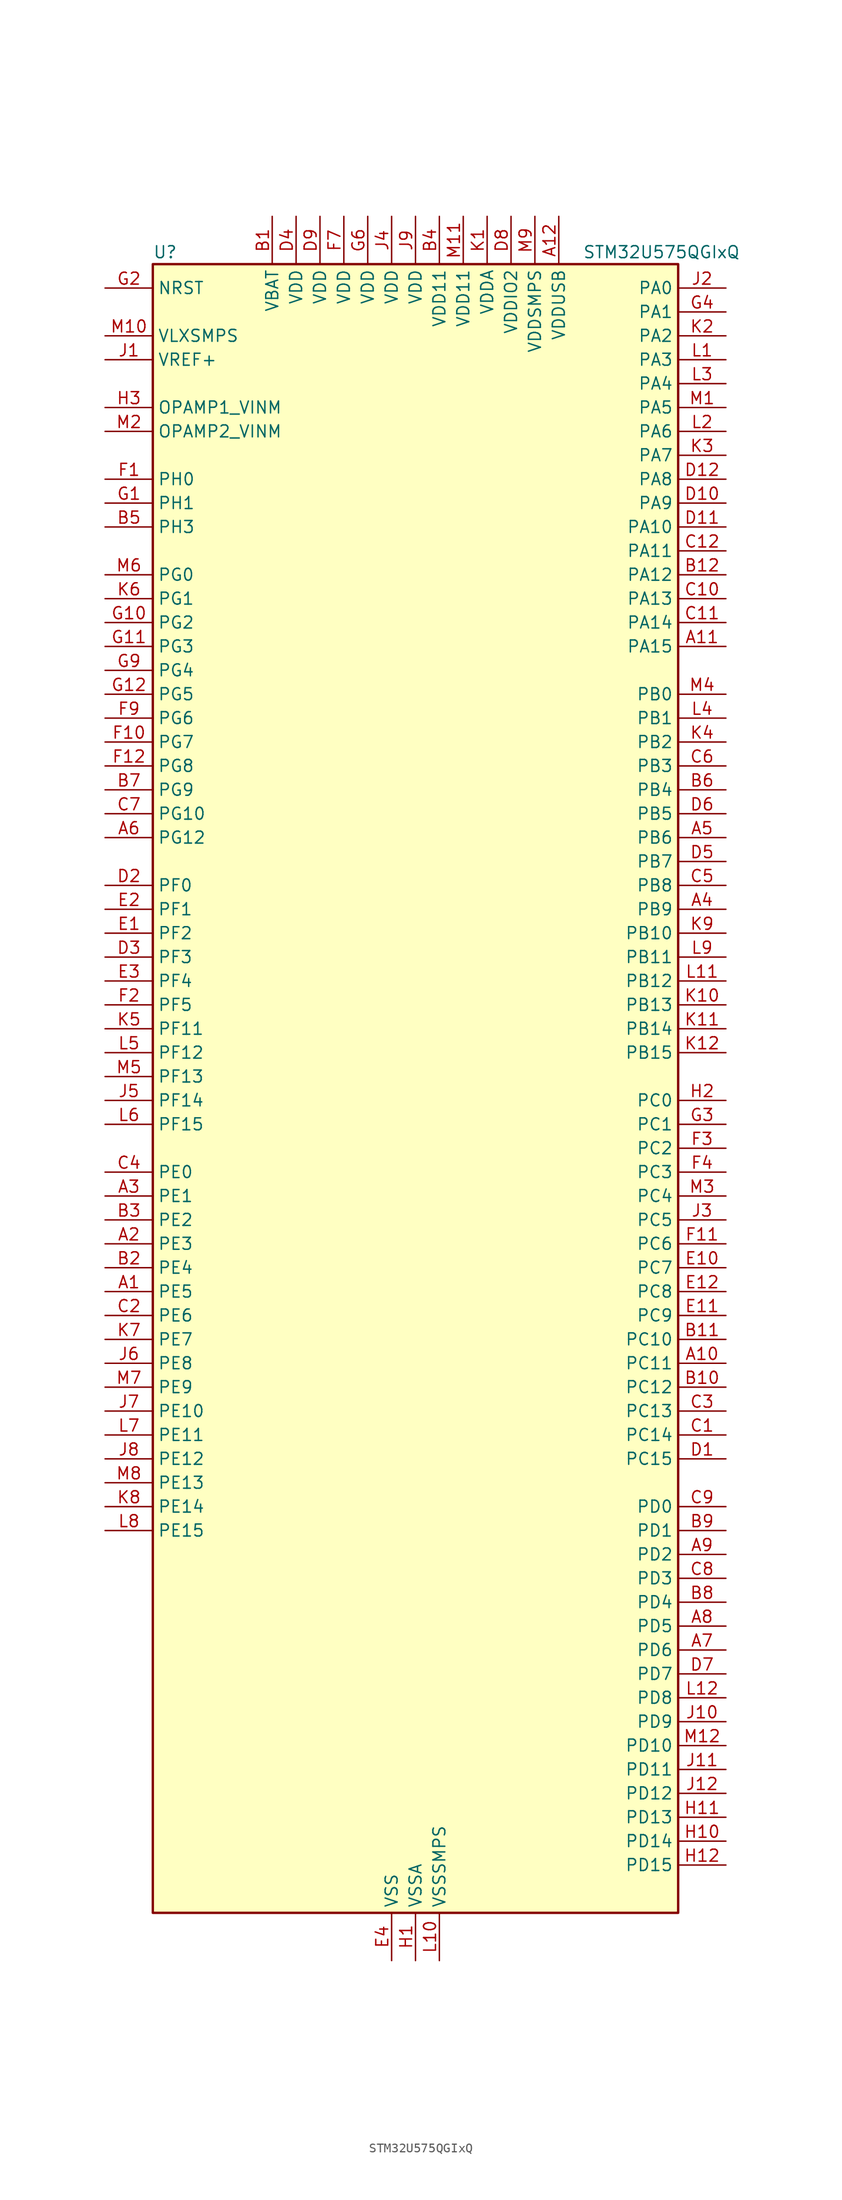
<source format=kicad_sym>
(kicad_symbol_lib
  (version 20211014)
  (generator kicad-library-utils)
  (symbol "STM32U575QGIxQ"
    (property "Reference" "U"
      (at -27.94 90.17 0)
      (effects (font (size 1.27 1.27)) (justify left)))
    (property "Value" "STM32U575QGIxQ"
      (at 17.78 90.17 0)
      (effects (font (size 1.27 1.27)) (justify left)))
    (property "ki_fp_filters" "*UFBGA*7x7mm*Layout12x12*P0.5mm*"
      (at 0.0 0.0 0.0)
      (effects (font (size 1.27 1.27))))
    (symbol "STM32U575QGIxQ_0_1"
      (rectangle (start -27.94 -86.36) (end 27.94 88.9) (stroke (width 0.254)) (fill (type background))))
    (symbol "STM32U575QGIxQ_1_1"
      (pin input line (at -33.02 86.36 0) (length 5.08) (name "NRST" (effects (font (size 1.27 1.27)))) (number "G2" (effects (font (size 1.27 1.27)))))
      (pin power_in line (at -33.02 81.28 0) (length 5.08) (name "VLXSMPS" (effects (font (size 1.27 1.27)))) (number "M10" (effects (font (size 1.27 1.27)))))
      (pin input line (at -33.02 78.74 0) (length 5.08) (name "VREF+" (effects (font (size 1.27 1.27)))) (number "J1" (effects (font (size 1.27 1.27)))) (alternate "VREFBUF_OUT" bidirectional line))
      (pin bidirectional line (at -33.02 73.66 0) (length 5.08) (name "OPAMP1_VINM" (effects (font (size 1.27 1.27)))) (number "H3" (effects (font (size 1.27 1.27)))) (alternate "OPAMP1_VINM" bidirectional line))
      (pin bidirectional line (at -33.02 71.12 0) (length 5.08) (name "OPAMP2_VINM" (effects (font (size 1.27 1.27)))) (number "M2" (effects (font (size 1.27 1.27)))) (alternate "OPAMP2_VINM" bidirectional line))
      (pin bidirectional line (at -33.02 66.04 0) (length 5.08) (name "PH0" (effects (font (size 1.27 1.27)))) (number "F1" (effects (font (size 1.27 1.27)))) (alternate "RCC_OSC_IN" bidirectional line))
      (pin bidirectional line (at -33.02 63.5 0) (length 5.08) (name "PH1" (effects (font (size 1.27 1.27)))) (number "G1" (effects (font (size 1.27 1.27)))) (alternate "RCC_OSC_OUT" bidirectional line))
      (pin bidirectional line (at -33.02 60.96 0) (length 5.08) (name "PH3" (effects (font (size 1.27 1.27)))) (number "B5" (effects (font (size 1.27 1.27)))))
      (pin bidirectional line (at -33.02 55.88 0) (length 5.08) (name "PG0" (effects (font (size 1.27 1.27)))) (number "M6" (effects (font (size 1.27 1.27)))) (alternate "ADC4_IN7" bidirectional line) (alternate "FMC_A10" bidirectional line) (alternate "OCTOSPIM_P2_IO4" bidirectional line) (alternate "TSC_G8_IO3" bidirectional line))
      (pin bidirectional line (at -33.02 53.34 0) (length 5.08) (name "PG1" (effects (font (size 1.27 1.27)))) (number "K6" (effects (font (size 1.27 1.27)))) (alternate "ADC4_IN8" bidirectional line) (alternate "FMC_A11" bidirectional line) (alternate "OCTOSPIM_P2_IO5" bidirectional line) (alternate "TSC_G8_IO4" bidirectional line))
      (pin bidirectional line (at -33.02 50.8 0) (length 5.08) (name "PG2" (effects (font (size 1.27 1.27)))) (number "G10" (effects (font (size 1.27 1.27)))) (alternate "FMC_A12" bidirectional line) (alternate "SAI2_SCK_B" bidirectional line) (alternate "SPI1_SCK" bidirectional line))
      (pin bidirectional line (at -33.02 48.26 0) (length 5.08) (name "PG3" (effects (font (size 1.27 1.27)))) (number "G11" (effects (font (size 1.27 1.27)))) (alternate "FMC_A13" bidirectional line) (alternate "SAI2_FS_B" bidirectional line) (alternate "SPI1_MISO" bidirectional line))
      (pin bidirectional line (at -33.02 45.72 0) (length 5.08) (name "PG4" (effects (font (size 1.27 1.27)))) (number "G9" (effects (font (size 1.27 1.27)))) (alternate "FMC_A14" bidirectional line) (alternate "SAI2_MCLK_B" bidirectional line) (alternate "SPI1_MOSI" bidirectional line))
      (pin bidirectional line (at -33.02 43.18 0) (length 5.08) (name "PG5" (effects (font (size 1.27 1.27)))) (number "G12" (effects (font (size 1.27 1.27)))) (alternate "FMC_A15" bidirectional line) (alternate "LPUART1_CTS" bidirectional line) (alternate "SAI2_SD_B" bidirectional line) (alternate "SPI1_NSS" bidirectional line))
      (pin bidirectional line (at -33.02 40.64 0) (length 5.08) (name "PG6" (effects (font (size 1.27 1.27)))) (number "F9" (effects (font (size 1.27 1.27)))) (alternate "I2C3_SMBA" bidirectional line) (alternate "LPUART1_DE" bidirectional line) (alternate "LPUART1_RTS" bidirectional line) (alternate "OCTOSPIM_P1_DQS" bidirectional line) (alternate "SPI1_RDY" bidirectional line) (alternate "UCPD1_FRSTX1" bidirectional line))
      (pin bidirectional line (at -33.02 38.1 0) (length 5.08) (name "PG7" (effects (font (size 1.27 1.27)))) (number "F10" (effects (font (size 1.27 1.27)))) (alternate "FMC_INT" bidirectional line) (alternate "I2C3_SCL" bidirectional line) (alternate "LPUART1_TX" bidirectional line) (alternate "MDF1_CCK0" bidirectional line) (alternate "OCTOSPIM_P2_DQS" bidirectional line) (alternate "SAI1_CK1" bidirectional line) (alternate "SAI1_MCLK_A" bidirectional line) (alternate "UCPD1_FRSTX2" bidirectional line))
      (pin bidirectional line (at -33.02 35.56 0) (length 5.08) (name "PG8" (effects (font (size 1.27 1.27)))) (number "F12" (effects (font (size 1.27 1.27)))) (alternate "I2C3_SDA" bidirectional line) (alternate "LPUART1_RX" bidirectional line))
      (pin bidirectional line (at -33.02 33.02 0) (length 5.08) (name "PG9" (effects (font (size 1.27 1.27)))) (number "B7" (effects (font (size 1.27 1.27)))) (alternate "DAC1_EXTI9" bidirectional line) (alternate "FMC_NCE" bidirectional line) (alternate "FMC_NE2" bidirectional line) (alternate "OCTOSPIM_P2_IO6" bidirectional line) (alternate "SAI2_SCK_A" bidirectional line) (alternate "SPI3_SCK" bidirectional line) (alternate "TIM15_CH1N" bidirectional line) (alternate "USART1_TX" bidirectional line))
      (pin bidirectional line (at -33.02 30.48 0) (length 5.08) (name "PG10" (effects (font (size 1.27 1.27)))) (number "C7" (effects (font (size 1.27 1.27)))) (alternate "FMC_NE3" bidirectional line) (alternate "LPTIM1_IN1" bidirectional line) (alternate "OCTOSPIM_P2_IO7" bidirectional line) (alternate "SAI2_FS_A" bidirectional line) (alternate "SPI3_MISO" bidirectional line) (alternate "TIM15_CH1" bidirectional line) (alternate "USART1_RX" bidirectional line))
      (pin bidirectional line (at -33.02 27.94 0) (length 5.08) (name "PG12" (effects (font (size 1.27 1.27)))) (number "A6" (effects (font (size 1.27 1.27)))) (alternate "FMC_NE4" bidirectional line) (alternate "LPTIM1_ETR" bidirectional line) (alternate "OCTOSPIM_P2_NCS" bidirectional line) (alternate "SAI2_SD_A" bidirectional line) (alternate "SPI3_NSS" bidirectional line) (alternate "USART1_DE" bidirectional line) (alternate "USART1_RTS" bidirectional line))
      (pin bidirectional line (at -33.02 22.86 0) (length 5.08) (name "PF0" (effects (font (size 1.27 1.27)))) (number "D2" (effects (font (size 1.27 1.27)))) (alternate "FMC_A0" bidirectional line) (alternate "I2C2_SDA" bidirectional line) (alternate "OCTOSPIM_P2_IO0" bidirectional line))
      (pin bidirectional line (at -33.02 20.32 0) (length 5.08) (name "PF1" (effects (font (size 1.27 1.27)))) (number "E2" (effects (font (size 1.27 1.27)))) (alternate "FMC_A1" bidirectional line) (alternate "I2C2_SCL" bidirectional line) (alternate "OCTOSPIM_P2_IO1" bidirectional line))
      (pin bidirectional line (at -33.02 17.78 0) (length 5.08) (name "PF2" (effects (font (size 1.27 1.27)))) (number "E1" (effects (font (size 1.27 1.27)))) (alternate "FMC_A2" bidirectional line) (alternate "I2C2_SMBA" bidirectional line) (alternate "LPTIM3_CH2" bidirectional line) (alternate "OCTOSPIM_P2_IO2" bidirectional line) (alternate "PWR_WKUP8" bidirectional line))
      (pin bidirectional line (at -33.02 15.24 0) (length 5.08) (name "PF3" (effects (font (size 1.27 1.27)))) (number "D3" (effects (font (size 1.27 1.27)))) (alternate "FMC_A3" bidirectional line) (alternate "LPTIM3_IN1" bidirectional line) (alternate "OCTOSPIM_P2_IO3" bidirectional line))
      (pin bidirectional line (at -33.02 12.7 0) (length 5.08) (name "PF4" (effects (font (size 1.27 1.27)))) (number "E3" (effects (font (size 1.27 1.27)))) (alternate "FMC_A4" bidirectional line) (alternate "LPTIM3_ETR" bidirectional line) (alternate "OCTOSPIM_P2_CLK" bidirectional line))
      (pin bidirectional line (at -33.02 10.16 0) (length 5.08) (name "PF5" (effects (font (size 1.27 1.27)))) (number "F2" (effects (font (size 1.27 1.27)))) (alternate "FMC_A5" bidirectional line) (alternate "LPTIM3_CH1" bidirectional line) (alternate "OCTOSPIM_P2_NCLK" bidirectional line))
      (pin bidirectional line (at -33.02 7.62 0) (length 5.08) (name "PF11" (effects (font (size 1.27 1.27)))) (number "K5" (effects (font (size 1.27 1.27)))) (alternate "ADC1_EXTI11" bidirectional line) (alternate "DCMI_D12" bidirectional line) (alternate "LPTIM4_IN1" bidirectional line) (alternate "OCTOSPIM_P1_NCLK" bidirectional line) (alternate "PSSI_D12" bidirectional line))
      (pin bidirectional line (at -33.02 5.08 0) (length 5.08) (name "PF12" (effects (font (size 1.27 1.27)))) (number "L5" (effects (font (size 1.27 1.27)))) (alternate "FMC_A6" bidirectional line) (alternate "LPTIM4_ETR" bidirectional line) (alternate "OCTOSPIM_P2_DQS" bidirectional line))
      (pin bidirectional line (at -33.02 2.54 0) (length 5.08) (name "PF13" (effects (font (size 1.27 1.27)))) (number "M5" (effects (font (size 1.27 1.27)))) (alternate "FMC_A7" bidirectional line) (alternate "I2C4_SMBA" bidirectional line) (alternate "LPTIM4_OUT" bidirectional line) (alternate "UCPD1_FRSTX2" bidirectional line))
      (pin bidirectional line (at -33.02 0.0 0) (length 5.08) (name "PF14" (effects (font (size 1.27 1.27)))) (number "J5" (effects (font (size 1.27 1.27)))) (alternate "ADC4_IN5" bidirectional line) (alternate "FMC_A8" bidirectional line) (alternate "I2C4_SCL" bidirectional line) (alternate "TSC_G8_IO1" bidirectional line))
      (pin bidirectional line (at -33.02 -2.54 0) (length 5.08) (name "PF15" (effects (font (size 1.27 1.27)))) (number "L6" (effects (font (size 1.27 1.27)))) (alternate "ADC1_EXTI15" bidirectional line) (alternate "ADC4_EXTI15" bidirectional line) (alternate "ADC4_IN6" bidirectional line) (alternate "FMC_A9" bidirectional line) (alternate "I2C4_SDA" bidirectional line) (alternate "TSC_G8_IO2" bidirectional line))
      (pin bidirectional line (at -33.02 -7.62 0) (length 5.08) (name "PE0" (effects (font (size 1.27 1.27)))) (number "C4" (effects (font (size 1.27 1.27)))) (alternate "DCMI_D2" bidirectional line) (alternate "FMC_NBL0" bidirectional line) (alternate "PSSI_D2" bidirectional line) (alternate "TIM16_CH1" bidirectional line) (alternate "TIM4_ETR" bidirectional line))
      (pin bidirectional line (at -33.02 -10.16 0) (length 5.08) (name "PE1" (effects (font (size 1.27 1.27)))) (number "A3" (effects (font (size 1.27 1.27)))) (alternate "DCMI_D3" bidirectional line) (alternate "FMC_NBL1" bidirectional line) (alternate "PSSI_D3" bidirectional line) (alternate "TIM17_CH1" bidirectional line))
      (pin bidirectional line (at -33.02 -12.7 0) (length 5.08) (name "PE2" (effects (font (size 1.27 1.27)))) (number "B3" (effects (font (size 1.27 1.27)))) (alternate "DEBUG_TRACECLK" bidirectional line) (alternate "FMC_A23" bidirectional line) (alternate "SAI1_CK1" bidirectional line) (alternate "SAI1_MCLK_A" bidirectional line) (alternate "TIM3_ETR" bidirectional line) (alternate "TSC_G7_IO1" bidirectional line))
      (pin bidirectional line (at -33.02 -15.24 0) (length 5.08) (name "PE3" (effects (font (size 1.27 1.27)))) (number "A2" (effects (font (size 1.27 1.27)))) (alternate "DEBUG_TRACED0" bidirectional line) (alternate "FMC_A19" bidirectional line) (alternate "OCTOSPIM_P1_DQS" bidirectional line) (alternate "SAI1_SD_B" bidirectional line) (alternate "TAMP_IN6" bidirectional line) (alternate "TAMP_OUT3" bidirectional line) (alternate "TIM3_CH1" bidirectional line) (alternate "TSC_G7_IO2" bidirectional line))
      (pin bidirectional line (at -33.02 -17.78 0) (length 5.08) (name "PE4" (effects (font (size 1.27 1.27)))) (number "B2" (effects (font (size 1.27 1.27)))) (alternate "DCMI_D4" bidirectional line) (alternate "DEBUG_TRACED1" bidirectional line) (alternate "FMC_A20" bidirectional line) (alternate "MDF1_SDI3" bidirectional line) (alternate "PSSI_D4" bidirectional line) (alternate "PWR_WKUP1" bidirectional line) (alternate "SAI1_D2" bidirectional line) (alternate "SAI1_FS_A" bidirectional line) (alternate "TAMP_IN7" bidirectional line) (alternate "TAMP_OUT8" bidirectional line) (alternate "TIM3_CH2" bidirectional line) (alternate "TSC_G7_IO3" bidirectional line))
      (pin bidirectional line (at -33.02 -20.32 0) (length 5.08) (name "PE5" (effects (font (size 1.27 1.27)))) (number "A1" (effects (font (size 1.27 1.27)))) (alternate "DCMI_D6" bidirectional line) (alternate "DEBUG_TRACED2" bidirectional line) (alternate "FMC_A21" bidirectional line) (alternate "MDF1_CKI3" bidirectional line) (alternate "PSSI_D6" bidirectional line) (alternate "PWR_WKUP2" bidirectional line) (alternate "SAI1_CK2" bidirectional line) (alternate "SAI1_SCK_A" bidirectional line) (alternate "TAMP_IN8" bidirectional line) (alternate "TAMP_OUT7" bidirectional line) (alternate "TIM3_CH3" bidirectional line) (alternate "TSC_G7_IO4" bidirectional line))
      (pin bidirectional line (at -33.02 -22.86 0) (length 5.08) (name "PE6" (effects (font (size 1.27 1.27)))) (number "C2" (effects (font (size 1.27 1.27)))) (alternate "DCMI_D7" bidirectional line) (alternate "DEBUG_TRACED3" bidirectional line) (alternate "FMC_A22" bidirectional line) (alternate "PSSI_D7" bidirectional line) (alternate "PWR_WKUP3" bidirectional line) (alternate "SAI1_D1" bidirectional line) (alternate "SAI1_SD_A" bidirectional line) (alternate "TAMP_IN3" bidirectional line) (alternate "TAMP_OUT6" bidirectional line) (alternate "TIM3_CH4" bidirectional line))
      (pin bidirectional line (at -33.02 -25.4 0) (length 5.08) (name "PE7" (effects (font (size 1.27 1.27)))) (number "K7" (effects (font (size 1.27 1.27)))) (alternate "FMC_D4" bidirectional line) (alternate "FMC_DA4" bidirectional line) (alternate "MDF1_SDI2" bidirectional line) (alternate "PWR_WKUP6" bidirectional line) (alternate "SAI1_SD_B" bidirectional line) (alternate "TIM1_ETR" bidirectional line))
      (pin bidirectional line (at -33.02 -27.94 0) (length 5.08) (name "PE8" (effects (font (size 1.27 1.27)))) (number "J6" (effects (font (size 1.27 1.27)))) (alternate "FMC_D5" bidirectional line) (alternate "FMC_DA5" bidirectional line) (alternate "MDF1_CKI2" bidirectional line) (alternate "PWR_WKUP7" bidirectional line) (alternate "SAI1_SCK_B" bidirectional line) (alternate "TIM1_CH1N" bidirectional line))
      (pin bidirectional line (at -33.02 -30.48 0) (length 5.08) (name "PE9" (effects (font (size 1.27 1.27)))) (number "M7" (effects (font (size 1.27 1.27)))) (alternate "ADF1_CCK0" bidirectional line) (alternate "DAC1_EXTI9" bidirectional line) (alternate "FMC_D6" bidirectional line) (alternate "FMC_DA6" bidirectional line) (alternate "MDF1_CCK0" bidirectional line) (alternate "OCTOSPIM_P1_NCLK" bidirectional line) (alternate "SAI1_FS_B" bidirectional line) (alternate "TIM1_CH1" bidirectional line))
      (pin bidirectional line (at -33.02 -33.02 0) (length 5.08) (name "PE10" (effects (font (size 1.27 1.27)))) (number "J7" (effects (font (size 1.27 1.27)))) (alternate "ADF1_SDI0" bidirectional line) (alternate "FMC_D7" bidirectional line) (alternate "FMC_DA7" bidirectional line) (alternate "MDF1_SDI4" bidirectional line) (alternate "OCTOSPIM_P1_CLK" bidirectional line) (alternate "SAI1_MCLK_B" bidirectional line) (alternate "TIM1_CH2N" bidirectional line) (alternate "TSC_G5_IO1" bidirectional line))
      (pin bidirectional line (at -33.02 -35.56 0) (length 5.08) (name "PE11" (effects (font (size 1.27 1.27)))) (number "L7" (effects (font (size 1.27 1.27)))) (alternate "ADC1_EXTI11" bidirectional line) (alternate "FMC_D8" bidirectional line) (alternate "FMC_DA8" bidirectional line) (alternate "MDF1_CKI4" bidirectional line) (alternate "OCTOSPIM_P1_NCS" bidirectional line) (alternate "SPI1_RDY" bidirectional line) (alternate "TIM1_CH2" bidirectional line) (alternate "TSC_G5_IO2" bidirectional line))
      (pin bidirectional line (at -33.02 -38.1 0) (length 5.08) (name "PE12" (effects (font (size 1.27 1.27)))) (number "J8" (effects (font (size 1.27 1.27)))) (alternate "FMC_D9" bidirectional line) (alternate "FMC_DA9" bidirectional line) (alternate "MDF1_SDI5" bidirectional line) (alternate "OCTOSPIM_P1_IO0" bidirectional line) (alternate "SPI1_NSS" bidirectional line) (alternate "TIM1_CH3N" bidirectional line) (alternate "TSC_G5_IO3" bidirectional line))
      (pin bidirectional line (at -33.02 -40.64 0) (length 5.08) (name "PE13" (effects (font (size 1.27 1.27)))) (number "M8" (effects (font (size 1.27 1.27)))) (alternate "FMC_D10" bidirectional line) (alternate "FMC_DA10" bidirectional line) (alternate "MDF1_CKI5" bidirectional line) (alternate "OCTOSPIM_P1_IO1" bidirectional line) (alternate "SPI1_SCK" bidirectional line) (alternate "TIM1_CH3" bidirectional line) (alternate "TSC_G5_IO4" bidirectional line))
      (pin bidirectional line (at -33.02 -43.18 0) (length 5.08) (name "PE14" (effects (font (size 1.27 1.27)))) (number "K8" (effects (font (size 1.27 1.27)))) (alternate "FMC_D11" bidirectional line) (alternate "FMC_DA11" bidirectional line) (alternate "OCTOSPIM_P1_IO2" bidirectional line) (alternate "SPI1_MISO" bidirectional line) (alternate "TIM1_BKIN2" bidirectional line) (alternate "TIM1_CH4" bidirectional line))
      (pin bidirectional line (at -33.02 -45.72 0) (length 5.08) (name "PE15" (effects (font (size 1.27 1.27)))) (number "L8" (effects (font (size 1.27 1.27)))) (alternate "ADC1_EXTI15" bidirectional line) (alternate "ADC4_EXTI15" bidirectional line) (alternate "FMC_D12" bidirectional line) (alternate "FMC_DA12" bidirectional line) (alternate "OCTOSPIM_P1_IO3" bidirectional line) (alternate "SPI1_MOSI" bidirectional line) (alternate "TIM1_BKIN" bidirectional line) (alternate "TIM1_CH4N" bidirectional line))
      (pin bidirectional line (at 33.02 86.36 180) (length 5.08) (name "PA0" (effects (font (size 1.27 1.27)))) (number "J2" (effects (font (size 1.27 1.27)))) (alternate "ADC1_IN5" bidirectional line) (alternate "AUDIOCLK" bidirectional line) (alternate "OCTOSPIM_P2_NCS" bidirectional line) (alternate "OPAMP1_VINP" bidirectional line) (alternate "PWR_WKUP1" bidirectional line) (alternate "SDMMC2_CMD" bidirectional line) (alternate "SPI3_RDY" bidirectional line) (alternate "TAMP_IN2" bidirectional line) (alternate "TAMP_OUT1" bidirectional line) (alternate "TIM2_CH1" bidirectional line) (alternate "TIM2_ETR" bidirectional line) (alternate "TIM5_CH1" bidirectional line) (alternate "TIM8_ETR" bidirectional line) (alternate "UART4_TX" bidirectional line) (alternate "USART2_CTS" bidirectional line))
      (pin bidirectional line (at 33.02 83.82 180) (length 5.08) (name "PA1" (effects (font (size 1.27 1.27)))) (number "G4" (effects (font (size 1.27 1.27)))) (alternate "ADC1_IN6" bidirectional line) (alternate "I2C1_SMBA" bidirectional line) (alternate "LPTIM1_CH2" bidirectional line) (alternate "OCTOSPIM_P1_DQS" bidirectional line) (alternate "OPAMP1_VINM" bidirectional line) (alternate "PWR_WKUP3" bidirectional line) (alternate "SPI1_SCK" bidirectional line) (alternate "TAMP_IN5" bidirectional line) (alternate "TAMP_OUT4" bidirectional line) (alternate "TIM15_CH1N" bidirectional line) (alternate "TIM2_CH2" bidirectional line) (alternate "TIM5_CH2" bidirectional line) (alternate "UART4_RX" bidirectional line) (alternate "USART2_DE" bidirectional line) (alternate "USART2_RTS" bidirectional line))
      (pin bidirectional line (at 33.02 81.28 180) (length 5.08) (name "PA2" (effects (font (size 1.27 1.27)))) (number "K2" (effects (font (size 1.27 1.27)))) (alternate "ADC1_IN7" bidirectional line) (alternate "COMP1_INP" bidirectional line) (alternate "LPUART1_TX" bidirectional line) (alternate "OCTOSPIM_P1_NCS" bidirectional line) (alternate "PWR_WKUP4" bidirectional line) (alternate "RCC_LSCO" bidirectional line) (alternate "SPI1_RDY" bidirectional line) (alternate "TIM15_CH1" bidirectional line) (alternate "TIM2_CH3" bidirectional line) (alternate "TIM5_CH3" bidirectional line) (alternate "UCPD1_FRSTX1" bidirectional line) (alternate "USART2_TX" bidirectional line))
      (pin bidirectional line (at 33.02 78.74 180) (length 5.08) (name "PA3" (effects (font (size 1.27 1.27)))) (number "L1" (effects (font (size 1.27 1.27)))) (alternate "ADC1_IN8" bidirectional line) (alternate "LPUART1_RX" bidirectional line) (alternate "OCTOSPIM_P1_CLK" bidirectional line) (alternate "OPAMP1_VOUT" bidirectional line) (alternate "PWR_WKUP5" bidirectional line) (alternate "SAI1_CK1" bidirectional line) (alternate "SAI1_MCLK_A" bidirectional line) (alternate "TIM15_CH2" bidirectional line) (alternate "TIM2_CH4" bidirectional line) (alternate "TIM5_CH4" bidirectional line) (alternate "USART2_RX" bidirectional line))
      (pin bidirectional line (at 33.02 76.2 180) (length 5.08) (name "PA4" (effects (font (size 1.27 1.27)))) (number "L3" (effects (font (size 1.27 1.27)))) (alternate "ADC1_IN9" bidirectional line) (alternate "ADC4_IN9" bidirectional line) (alternate "DAC1_OUT1" bidirectional line) (alternate "DCMI_HSYNC" bidirectional line) (alternate "LPTIM2_CH1" bidirectional line) (alternate "OCTOSPIM_P1_NCS" bidirectional line) (alternate "PSSI_DE" bidirectional line) (alternate "PWR_WKUP2" bidirectional line) (alternate "SAI1_FS_B" bidirectional line) (alternate "SPI1_NSS" bidirectional line) (alternate "SPI3_NSS" bidirectional line) (alternate "USART2_CK" bidirectional line))
      (pin bidirectional line (at 33.02 73.66 180) (length 5.08) (name "PA5" (effects (font (size 1.27 1.27)))) (number "M1" (effects (font (size 1.27 1.27)))) (alternate "ADC1_IN10" bidirectional line) (alternate "ADC4_IN10" bidirectional line) (alternate "DAC1_OUT2" bidirectional line) (alternate "LPTIM2_ETR" bidirectional line) (alternate "PSSI_D14" bidirectional line) (alternate "PWR_CSLEEP" bidirectional line) (alternate "PWR_WKUP6" bidirectional line) (alternate "SPI1_SCK" bidirectional line) (alternate "TIM2_CH1" bidirectional line) (alternate "TIM2_ETR" bidirectional line) (alternate "TIM8_CH1N" bidirectional line) (alternate "USART3_RX" bidirectional line))
      (pin bidirectional line (at 33.02 71.12 180) (length 5.08) (name "PA6" (effects (font (size 1.27 1.27)))) (number "L2" (effects (font (size 1.27 1.27)))) (alternate "ADC1_IN11" bidirectional line) (alternate "ADC4_IN11" bidirectional line) (alternate "DCMI_PIXCLK" bidirectional line) (alternate "LPUART1_CTS" bidirectional line) (alternate "OCTOSPIM_P1_IO3" bidirectional line) (alternate "OPAMP2_VINP" bidirectional line) (alternate "PSSI_PDCK" bidirectional line) (alternate "PWR_CDSTOP" bidirectional line) (alternate "PWR_WKUP7" bidirectional line) (alternate "SPI1_MISO" bidirectional line) (alternate "TIM16_CH1" bidirectional line) (alternate "TIM1_BKIN" bidirectional line) (alternate "TIM3_CH1" bidirectional line) (alternate "TIM8_BKIN" bidirectional line) (alternate "USART3_CTS" bidirectional line))
      (pin bidirectional line (at 33.02 68.58 180) (length 5.08) (name "PA7" (effects (font (size 1.27 1.27)))) (number "K3" (effects (font (size 1.27 1.27)))) (alternate "ADC1_IN12" bidirectional line) (alternate "ADC4_IN20" bidirectional line) (alternate "I2C3_SCL" bidirectional line) (alternate "LPTIM2_CH2" bidirectional line) (alternate "OCTOSPIM_P1_IO2" bidirectional line) (alternate "OPAMP2_VINM" bidirectional line) (alternate "PWR_SRDSTOP" bidirectional line) (alternate "PWR_WKUP8" bidirectional line) (alternate "SPI1_MOSI" bidirectional line) (alternate "TIM17_CH1" bidirectional line) (alternate "TIM1_CH1N" bidirectional line) (alternate "TIM3_CH2" bidirectional line) (alternate "TIM8_CH1N" bidirectional line) (alternate "USART3_TX" bidirectional line))
      (pin bidirectional line (at 33.02 66.04 180) (length 5.08) (name "PA8" (effects (font (size 1.27 1.27)))) (number "D12" (effects (font (size 1.27 1.27)))) (alternate "DEBUG_TRACECLK" bidirectional line) (alternate "LPTIM2_CH1" bidirectional line) (alternate "RCC_MCO" bidirectional line) (alternate "SAI1_CK2" bidirectional line) (alternate "SAI1_SCK_A" bidirectional line) (alternate "SPI1_RDY" bidirectional line) (alternate "TIM1_CH1" bidirectional line) (alternate "USART1_CK" bidirectional line) (alternate "USB_OTG_FS_SOF" bidirectional line))
      (pin bidirectional line (at 33.02 63.5 180) (length 5.08) (name "PA9" (effects (font (size 1.27 1.27)))) (number "D10" (effects (font (size 1.27 1.27)))) (alternate "DAC1_EXTI9" bidirectional line) (alternate "DCMI_D0" bidirectional line) (alternate "PSSI_D0" bidirectional line) (alternate "SAI1_FS_A" bidirectional line) (alternate "SPI2_SCK" bidirectional line) (alternate "TIM15_BKIN" bidirectional line) (alternate "TIM1_CH2" bidirectional line) (alternate "USART1_TX" bidirectional line) (alternate "USB_OTG_FS_VBUS" bidirectional line))
      (pin bidirectional line (at 33.02 60.96 180) (length 5.08) (name "PA10" (effects (font (size 1.27 1.27)))) (number "D11" (effects (font (size 1.27 1.27)))) (alternate "CRS_SYNC" bidirectional line) (alternate "DCMI_D1" bidirectional line) (alternate "LPTIM2_IN2" bidirectional line) (alternate "PSSI_D1" bidirectional line) (alternate "SAI1_D1" bidirectional line) (alternate "SAI1_SD_A" bidirectional line) (alternate "TIM17_BKIN" bidirectional line) (alternate "TIM1_CH3" bidirectional line) (alternate "USART1_RX" bidirectional line) (alternate "USB_OTG_FS_ID" bidirectional line))
      (pin bidirectional line (at 33.02 58.42 180) (length 5.08) (name "PA11" (effects (font (size 1.27 1.27)))) (number "C12" (effects (font (size 1.27 1.27)))) (alternate "ADC1_EXTI11" bidirectional line) (alternate "FDCAN1_RX" bidirectional line) (alternate "SPI1_MISO" bidirectional line) (alternate "TIM1_BKIN2" bidirectional line) (alternate "TIM1_CH4" bidirectional line) (alternate "USART1_CTS" bidirectional line) (alternate "USB_OTG_FS_DM" bidirectional line))
      (pin bidirectional line (at 33.02 55.88 180) (length 5.08) (name "PA12" (effects (font (size 1.27 1.27)))) (number "B12" (effects (font (size 1.27 1.27)))) (alternate "FDCAN1_TX" bidirectional line) (alternate "OCTOSPIM_P2_NCS" bidirectional line) (alternate "SPI1_MOSI" bidirectional line) (alternate "TIM1_ETR" bidirectional line) (alternate "USART1_DE" bidirectional line) (alternate "USART1_RTS" bidirectional line) (alternate "USB_OTG_FS_DP" bidirectional line))
      (pin bidirectional line (at 33.02 53.34 180) (length 5.08) (name "PA13" (effects (font (size 1.27 1.27)))) (number "C10" (effects (font (size 1.27 1.27)))) (alternate "DEBUG_JTMS-SWDIO" bidirectional line) (alternate "IR_OUT" bidirectional line) (alternate "SAI1_SD_B" bidirectional line) (alternate "USB_OTG_FS_NOE" bidirectional line))
      (pin bidirectional line (at 33.02 50.8 180) (length 5.08) (name "PA14" (effects (font (size 1.27 1.27)))) (number "C11" (effects (font (size 1.27 1.27)))) (alternate "DEBUG_JTCK-SWCLK" bidirectional line) (alternate "I2C1_SMBA" bidirectional line) (alternate "I2C4_SMBA" bidirectional line) (alternate "LPTIM1_CH1" bidirectional line) (alternate "SAI1_FS_B" bidirectional line) (alternate "USB_OTG_FS_SOF" bidirectional line))
      (pin bidirectional line (at 33.02 48.26 180) (length 5.08) (name "PA15" (effects (font (size 1.27 1.27)))) (number "A11" (effects (font (size 1.27 1.27)))) (alternate "ADC1_EXTI15" bidirectional line) (alternate "ADC4_EXTI15" bidirectional line) (alternate "DEBUG_JTDI" bidirectional line) (alternate "SAI2_FS_B" bidirectional line) (alternate "SPI1_NSS" bidirectional line) (alternate "SPI3_NSS" bidirectional line) (alternate "TIM2_CH1" bidirectional line) (alternate "TIM2_ETR" bidirectional line) (alternate "UART4_DE" bidirectional line) (alternate "UART4_RTS" bidirectional line) (alternate "UCPD1_CC1" bidirectional line) (alternate "USART2_RX" bidirectional line) (alternate "USART3_DE" bidirectional line) (alternate "USART3_RTS" bidirectional line))
      (pin bidirectional line (at 33.02 43.18 180) (length 5.08) (name "PB0" (effects (font (size 1.27 1.27)))) (number "M4" (effects (font (size 1.27 1.27)))) (alternate "ADC1_IN15" bidirectional line) (alternate "ADC4_IN18" bidirectional line) (alternate "AUDIOCLK" bidirectional line) (alternate "COMP1_OUT" bidirectional line) (alternate "LPTIM3_CH1" bidirectional line) (alternate "OCTOSPIM_P1_IO1" bidirectional line) (alternate "OPAMP2_VOUT" bidirectional line) (alternate "SPI1_NSS" bidirectional line) (alternate "TIM1_CH2N" bidirectional line) (alternate "TIM3_CH3" bidirectional line) (alternate "TIM8_CH2N" bidirectional line) (alternate "USART3_CK" bidirectional line))
      (pin bidirectional line (at 33.02 40.64 180) (length 5.08) (name "PB1" (effects (font (size 1.27 1.27)))) (number "L4" (effects (font (size 1.27 1.27)))) (alternate "ADC1_IN16" bidirectional line) (alternate "ADC4_IN19" bidirectional line) (alternate "COMP1_INM" bidirectional line) (alternate "LPTIM2_IN1" bidirectional line) (alternate "LPTIM3_CH2" bidirectional line) (alternate "LPUART1_DE" bidirectional line) (alternate "LPUART1_RTS" bidirectional line) (alternate "MDF1_SDI0" bidirectional line) (alternate "OCTOSPIM_P1_IO0" bidirectional line) (alternate "PWR_WKUP4" bidirectional line) (alternate "TIM1_CH3N" bidirectional line) (alternate "TIM3_CH4" bidirectional line) (alternate "TIM8_CH3N" bidirectional line) (alternate "USART3_DE" bidirectional line) (alternate "USART3_RTS" bidirectional line))
      (pin bidirectional line (at 33.02 38.1 180) (length 5.08) (name "PB2" (effects (font (size 1.27 1.27)))) (number "K4" (effects (font (size 1.27 1.27)))) (alternate "ADC1_IN17" bidirectional line) (alternate "COMP1_INP" bidirectional line) (alternate "I2C3_SMBA" bidirectional line) (alternate "LPTIM1_CH1" bidirectional line) (alternate "MDF1_CKI0" bidirectional line) (alternate "OCTOSPIM_P1_DQS" bidirectional line) (alternate "PWR_WKUP1" bidirectional line) (alternate "RTC_OUT2" bidirectional line) (alternate "SPI1_RDY" bidirectional line) (alternate "TIM8_CH4N" bidirectional line) (alternate "UCPD1_FRSTX1" bidirectional line))
      (pin bidirectional line (at 33.02 35.56 180) (length 5.08) (name "PB3" (effects (font (size 1.27 1.27)))) (number "C6" (effects (font (size 1.27 1.27)))) (alternate "ADF1_CCK0" bidirectional line) (alternate "COMP2_INM" bidirectional line) (alternate "CRS_SYNC" bidirectional line) (alternate "DEBUG_JTDO-SWO" bidirectional line) (alternate "I2C1_SDA" bidirectional line) (alternate "LPTIM1_CH1" bidirectional line) (alternate "SAI1_SCK_B" bidirectional line) (alternate "SDMMC2_D2" bidirectional line) (alternate "SPI1_SCK" bidirectional line) (alternate "SPI3_SCK" bidirectional line) (alternate "TIM2_CH2" bidirectional line) (alternate "USART1_DE" bidirectional line) (alternate "USART1_RTS" bidirectional line))
      (pin bidirectional line (at 33.02 33.02 180) (length 5.08) (name "PB4" (effects (font (size 1.27 1.27)))) (number "B6" (effects (font (size 1.27 1.27)))) (alternate "ADF1_SDI0" bidirectional line) (alternate "COMP2_INP" bidirectional line) (alternate "DCMI_D12" bidirectional line) (alternate "DEBUG_JTRST" bidirectional line) (alternate "I2C3_SDA" bidirectional line) (alternate "LPTIM1_CH2" bidirectional line) (alternate "PSSI_D12" bidirectional line) (alternate "SAI1_MCLK_B" bidirectional line) (alternate "SDMMC2_D3" bidirectional line) (alternate "SPI1_MISO" bidirectional line) (alternate "SPI3_MISO" bidirectional line) (alternate "TIM17_BKIN" bidirectional line) (alternate "TIM3_CH1" bidirectional line) (alternate "TSC_G2_IO1" bidirectional line) (alternate "UART5_DE" bidirectional line) (alternate "UART5_RTS" bidirectional line) (alternate "USART1_CTS" bidirectional line))
      (pin bidirectional line (at 33.02 30.48 180) (length 5.08) (name "PB5" (effects (font (size 1.27 1.27)))) (number "D6" (effects (font (size 1.27 1.27)))) (alternate "COMP2_OUT" bidirectional line) (alternate "DCMI_D10" bidirectional line) (alternate "I2C1_SMBA" bidirectional line) (alternate "LPTIM1_IN1" bidirectional line) (alternate "OCTOSPIM_P1_NCLK" bidirectional line) (alternate "PSSI_D10" bidirectional line) (alternate "PWR_WKUP6" bidirectional line) (alternate "SAI1_SD_B" bidirectional line) (alternate "SPI1_MOSI" bidirectional line) (alternate "SPI3_MOSI" bidirectional line) (alternate "TIM16_BKIN" bidirectional line) (alternate "TIM3_CH2" bidirectional line) (alternate "TSC_G2_IO2" bidirectional line) (alternate "UART5_CTS" bidirectional line) (alternate "UCPD1_DBCC1" bidirectional line) (alternate "USART1_CK" bidirectional line))
      (pin bidirectional line (at 33.02 27.94 180) (length 5.08) (name "PB6" (effects (font (size 1.27 1.27)))) (number "A5" (effects (font (size 1.27 1.27)))) (alternate "COMP2_INP" bidirectional line) (alternate "DCMI_D5" bidirectional line) (alternate "I2C1_SCL" bidirectional line) (alternate "I2C4_SCL" bidirectional line) (alternate "LPTIM1_ETR" bidirectional line) (alternate "MDF1_SDI5" bidirectional line) (alternate "PSSI_D5" bidirectional line) (alternate "PWR_WKUP3" bidirectional line) (alternate "SAI1_FS_B" bidirectional line) (alternate "TIM16_CH1N" bidirectional line) (alternate "TIM4_CH1" bidirectional line) (alternate "TIM8_BKIN2" bidirectional line) (alternate "TSC_G2_IO3" bidirectional line) (alternate "USART1_TX" bidirectional line))
      (pin bidirectional line (at 33.02 25.4 180) (length 5.08) (name "PB7" (effects (font (size 1.27 1.27)))) (number "D5" (effects (font (size 1.27 1.27)))) (alternate "COMP2_INM" bidirectional line) (alternate "DCMI_VSYNC" bidirectional line) (alternate "FMC_NL" bidirectional line) (alternate "I2C1_SDA" bidirectional line) (alternate "I2C4_SDA" bidirectional line) (alternate "LPTIM1_IN2" bidirectional line) (alternate "MDF1_CKI5" bidirectional line) (alternate "PSSI_RDY" bidirectional line) (alternate "PWR_PVD_IN" bidirectional line) (alternate "PWR_WKUP4" bidirectional line) (alternate "TIM17_CH1N" bidirectional line) (alternate "TIM4_CH2" bidirectional line) (alternate "TIM8_BKIN" bidirectional line) (alternate "TSC_G2_IO4" bidirectional line) (alternate "UART4_CTS" bidirectional line) (alternate "USART1_RX" bidirectional line))
      (pin bidirectional line (at 33.02 22.86 180) (length 5.08) (name "PB8" (effects (font (size 1.27 1.27)))) (number "C5" (effects (font (size 1.27 1.27)))) (alternate "DCMI_D6" bidirectional line) (alternate "FDCAN1_RX" bidirectional line) (alternate "I2C1_SCL" bidirectional line) (alternate "MDF1_CCK0" bidirectional line) (alternate "PSSI_D6" bidirectional line) (alternate "PWR_WKUP5" bidirectional line) (alternate "SAI1_CK1" bidirectional line) (alternate "SAI1_MCLK_A" bidirectional line) (alternate "SDMMC1_CKIN" bidirectional line) (alternate "SDMMC1_D4" bidirectional line) (alternate "SDMMC2_D4" bidirectional line) (alternate "SPI3_RDY" bidirectional line) (alternate "TIM16_CH1" bidirectional line) (alternate "TIM4_CH3" bidirectional line))
      (pin bidirectional line (at 33.02 20.32 180) (length 5.08) (name "PB9" (effects (font (size 1.27 1.27)))) (number "A4" (effects (font (size 1.27 1.27)))) (alternate "DAC1_EXTI9" bidirectional line) (alternate "DCMI_D7" bidirectional line) (alternate "FDCAN1_TX" bidirectional line) (alternate "I2C1_SDA" bidirectional line) (alternate "IR_OUT" bidirectional line) (alternate "PSSI_D7" bidirectional line) (alternate "SAI1_D2" bidirectional line) (alternate "SAI1_FS_A" bidirectional line) (alternate "SDMMC1_CDIR" bidirectional line) (alternate "SDMMC1_D5" bidirectional line) (alternate "SDMMC2_D5" bidirectional line) (alternate "SPI2_NSS" bidirectional line) (alternate "TIM17_CH1" bidirectional line) (alternate "TIM4_CH4" bidirectional line))
      (pin bidirectional line (at 33.02 17.78 180) (length 5.08) (name "PB10" (effects (font (size 1.27 1.27)))) (number "K9" (effects (font (size 1.27 1.27)))) (alternate "COMP1_OUT" bidirectional line) (alternate "I2C2_SCL" bidirectional line) (alternate "I2C4_SCL" bidirectional line) (alternate "LPTIM3_CH1" bidirectional line) (alternate "LPUART1_RX" bidirectional line) (alternate "OCTOSPIM_P1_CLK" bidirectional line) (alternate "PWR_WKUP8" bidirectional line) (alternate "SAI1_SCK_A" bidirectional line) (alternate "SPI2_SCK" bidirectional line) (alternate "TIM2_CH3" bidirectional line) (alternate "TSC_SYNC" bidirectional line) (alternate "USART3_TX" bidirectional line))
      (pin bidirectional line (at 33.02 15.24 180) (length 5.08) (name "PB11" (effects (font (size 1.27 1.27)))) (number "L9" (effects (font (size 1.27 1.27)))) (alternate "ADC1_EXTI11" bidirectional line) (alternate "COMP2_OUT" bidirectional line) (alternate "I2C2_SDA" bidirectional line) (alternate "I2C4_SDA" bidirectional line) (alternate "LPUART1_TX" bidirectional line) (alternate "OCTOSPIM_P1_NCS" bidirectional line) (alternate "SPI2_RDY" bidirectional line) (alternate "TIM2_CH4" bidirectional line) (alternate "USART3_RX" bidirectional line))
      (pin bidirectional line (at 33.02 12.7 180) (length 5.08) (name "PB12" (effects (font (size 1.27 1.27)))) (number "L11" (effects (font (size 1.27 1.27)))) (alternate "I2C2_SMBA" bidirectional line) (alternate "LPUART1_DE" bidirectional line) (alternate "LPUART1_RTS" bidirectional line) (alternate "MDF1_SDI1" bidirectional line) (alternate "OCTOSPIM_P1_NCLK" bidirectional line) (alternate "SAI2_FS_A" bidirectional line) (alternate "SPI2_NSS" bidirectional line) (alternate "TIM15_BKIN" bidirectional line) (alternate "TIM1_BKIN" bidirectional line) (alternate "TSC_G1_IO1" bidirectional line) (alternate "USART3_CK" bidirectional line))
      (pin bidirectional line (at 33.02 10.16 180) (length 5.08) (name "PB13" (effects (font (size 1.27 1.27)))) (number "K10" (effects (font (size 1.27 1.27)))) (alternate "I2C2_SCL" bidirectional line) (alternate "LPTIM3_IN1" bidirectional line) (alternate "LPUART1_CTS" bidirectional line) (alternate "MDF1_CKI1" bidirectional line) (alternate "SAI2_SCK_A" bidirectional line) (alternate "SPI2_SCK" bidirectional line) (alternate "TIM15_CH1N" bidirectional line) (alternate "TIM1_CH1N" bidirectional line) (alternate "TSC_G1_IO2" bidirectional line) (alternate "USART3_CTS" bidirectional line))
      (pin bidirectional line (at 33.02 7.62 180) (length 5.08) (name "PB14" (effects (font (size 1.27 1.27)))) (number "K11" (effects (font (size 1.27 1.27)))) (alternate "I2C2_SDA" bidirectional line) (alternate "LPTIM3_ETR" bidirectional line) (alternate "MDF1_SDI2" bidirectional line) (alternate "SAI2_MCLK_A" bidirectional line) (alternate "SDMMC2_D0" bidirectional line) (alternate "SPI2_MISO" bidirectional line) (alternate "TIM15_CH1" bidirectional line) (alternate "TIM1_CH2N" bidirectional line) (alternate "TIM8_CH2N" bidirectional line) (alternate "TSC_G1_IO3" bidirectional line) (alternate "UCPD1_DBCC2" bidirectional line) (alternate "USART3_DE" bidirectional line) (alternate "USART3_RTS" bidirectional line))
      (pin bidirectional line (at 33.02 5.08 180) (length 5.08) (name "PB15" (effects (font (size 1.27 1.27)))) (number "K12" (effects (font (size 1.27 1.27)))) (alternate "ADC1_EXTI15" bidirectional line) (alternate "ADC4_EXTI15" bidirectional line) (alternate "FMC_NBL1" bidirectional line) (alternate "LPTIM2_IN2" bidirectional line) (alternate "MDF1_CKI2" bidirectional line) (alternate "PWR_WKUP7" bidirectional line) (alternate "RTC_REFIN" bidirectional line) (alternate "SAI2_SD_A" bidirectional line) (alternate "SDMMC2_D1" bidirectional line) (alternate "SPI2_MOSI" bidirectional line) (alternate "TIM15_CH2" bidirectional line) (alternate "TIM1_CH3N" bidirectional line) (alternate "TIM8_CH3N" bidirectional line) (alternate "UCPD1_CC2" bidirectional line))
      (pin bidirectional line (at 33.02 0.0 180) (length 5.08) (name "PC0" (effects (font (size 1.27 1.27)))) (number "H2" (effects (font (size 1.27 1.27)))) (alternate "ADC1_IN1" bidirectional line) (alternate "ADC4_IN1" bidirectional line) (alternate "I2C3_SCL" bidirectional line) (alternate "LPTIM1_IN1" bidirectional line) (alternate "LPTIM2_IN1" bidirectional line) (alternate "LPUART1_RX" bidirectional line) (alternate "MDF1_SDI4" bidirectional line) (alternate "OCTOSPIM_P1_IO7" bidirectional line) (alternate "SAI2_FS_A" bidirectional line) (alternate "SDMMC1_D5" bidirectional line) (alternate "SPI2_RDY" bidirectional line))
      (pin bidirectional line (at 33.02 -2.54 180) (length 5.08) (name "PC1" (effects (font (size 1.27 1.27)))) (number "G3" (effects (font (size 1.27 1.27)))) (alternate "ADC1_IN2" bidirectional line) (alternate "ADC4_IN2" bidirectional line) (alternate "DEBUG_TRACED0" bidirectional line) (alternate "I2C3_SDA" bidirectional line) (alternate "LPTIM1_CH1" bidirectional line) (alternate "LPUART1_TX" bidirectional line) (alternate "MDF1_CKI4" bidirectional line) (alternate "OCTOSPIM_P1_IO4" bidirectional line) (alternate "SAI1_SD_A" bidirectional line) (alternate "SDMMC2_CK" bidirectional line) (alternate "SPI2_MOSI" bidirectional line))
      (pin bidirectional line (at 33.02 -5.08 180) (length 5.08) (name "PC2" (effects (font (size 1.27 1.27)))) (number "F3" (effects (font (size 1.27 1.27)))) (alternate "ADC1_IN3" bidirectional line) (alternate "ADC4_IN3" bidirectional line) (alternate "LPTIM1_IN2" bidirectional line) (alternate "MDF1_CCK1" bidirectional line) (alternate "OCTOSPIM_P1_IO5" bidirectional line) (alternate "SPI2_MISO" bidirectional line))
      (pin bidirectional line (at 33.02 -7.62 180) (length 5.08) (name "PC3" (effects (font (size 1.27 1.27)))) (number "F4" (effects (font (size 1.27 1.27)))) (alternate "ADC1_IN4" bidirectional line) (alternate "ADC4_IN4" bidirectional line) (alternate "LPTIM1_ETR" bidirectional line) (alternate "LPTIM2_ETR" bidirectional line) (alternate "LPTIM3_CH1" bidirectional line) (alternate "OCTOSPIM_P1_IO6" bidirectional line) (alternate "SAI1_D1" bidirectional line) (alternate "SAI1_SD_A" bidirectional line) (alternate "SPI2_MOSI" bidirectional line))
      (pin bidirectional line (at 33.02 -10.16 180) (length 5.08) (name "PC4" (effects (font (size 1.27 1.27)))) (number "M3" (effects (font (size 1.27 1.27)))) (alternate "ADC1_IN13" bidirectional line) (alternate "ADC4_IN22" bidirectional line) (alternate "COMP1_INM" bidirectional line) (alternate "OCTOSPIM_P1_IO7" bidirectional line) (alternate "USART3_TX" bidirectional line))
      (pin bidirectional line (at 33.02 -12.7 180) (length 5.08) (name "PC5" (effects (font (size 1.27 1.27)))) (number "J3" (effects (font (size 1.27 1.27)))) (alternate "ADC1_IN14" bidirectional line) (alternate "ADC4_IN23" bidirectional line) (alternate "COMP1_INP" bidirectional line) (alternate "PSSI_D15" bidirectional line) (alternate "PWR_WKUP5" bidirectional line) (alternate "SAI1_D3" bidirectional line) (alternate "TAMP_IN4" bidirectional line) (alternate "TAMP_OUT5" bidirectional line) (alternate "TIM1_CH4N" bidirectional line) (alternate "USART3_RX" bidirectional line))
      (pin bidirectional line (at 33.02 -15.24 180) (length 5.08) (name "PC6" (effects (font (size 1.27 1.27)))) (number "F11" (effects (font (size 1.27 1.27)))) (alternate "DCMI_D0" bidirectional line) (alternate "MDF1_CKI3" bidirectional line) (alternate "PSSI_D0" bidirectional line) (alternate "PWR_CSLEEP" bidirectional line) (alternate "SAI2_MCLK_A" bidirectional line) (alternate "SDMMC1_D0DIR" bidirectional line) (alternate "SDMMC1_D6" bidirectional line) (alternate "SDMMC2_D6" bidirectional line) (alternate "TIM3_CH1" bidirectional line) (alternate "TIM8_CH1" bidirectional line) (alternate "TSC_G4_IO1" bidirectional line))
      (pin bidirectional line (at 33.02 -17.78 180) (length 5.08) (name "PC7" (effects (font (size 1.27 1.27)))) (number "E10" (effects (font (size 1.27 1.27)))) (alternate "DCMI_D1" bidirectional line) (alternate "LPTIM2_CH2" bidirectional line) (alternate "MDF1_SDI3" bidirectional line) (alternate "PSSI_D1" bidirectional line) (alternate "PWR_CDSTOP" bidirectional line) (alternate "SAI2_MCLK_B" bidirectional line) (alternate "SDMMC1_D123DIR" bidirectional line) (alternate "SDMMC1_D7" bidirectional line) (alternate "SDMMC2_D7" bidirectional line) (alternate "TIM3_CH2" bidirectional line) (alternate "TIM8_CH2" bidirectional line) (alternate "TSC_G4_IO2" bidirectional line))
      (pin bidirectional line (at 33.02 -20.32 180) (length 5.08) (name "PC8" (effects (font (size 1.27 1.27)))) (number "E12" (effects (font (size 1.27 1.27)))) (alternate "DCMI_D2" bidirectional line) (alternate "LPTIM3_CH1" bidirectional line) (alternate "PSSI_D2" bidirectional line) (alternate "PWR_SRDSTOP" bidirectional line) (alternate "SDMMC1_D0" bidirectional line) (alternate "TIM3_CH3" bidirectional line) (alternate "TIM8_CH3" bidirectional line) (alternate "TSC_G4_IO3" bidirectional line))
      (pin bidirectional line (at 33.02 -22.86 180) (length 5.08) (name "PC9" (effects (font (size 1.27 1.27)))) (number "E11" (effects (font (size 1.27 1.27)))) (alternate "DAC1_EXTI9" bidirectional line) (alternate "DCMI_D3" bidirectional line) (alternate "DEBUG_TRACED0" bidirectional line) (alternate "LPTIM3_CH2" bidirectional line) (alternate "PSSI_D3" bidirectional line) (alternate "SDMMC1_D1" bidirectional line) (alternate "TIM3_CH4" bidirectional line) (alternate "TIM8_BKIN2" bidirectional line) (alternate "TIM8_CH4" bidirectional line) (alternate "TSC_G4_IO4" bidirectional line) (alternate "USB_OTG_FS_NOE" bidirectional line))
      (pin bidirectional line (at 33.02 -25.4 180) (length 5.08) (name "PC10" (effects (font (size 1.27 1.27)))) (number "B11" (effects (font (size 1.27 1.27)))) (alternate "ADF1_CCK1" bidirectional line) (alternate "DCMI_D8" bidirectional line) (alternate "DEBUG_TRACED1" bidirectional line) (alternate "LPTIM3_ETR" bidirectional line) (alternate "PSSI_D8" bidirectional line) (alternate "SAI2_SCK_B" bidirectional line) (alternate "SDMMC1_D2" bidirectional line) (alternate "SPI3_SCK" bidirectional line) (alternate "TSC_G3_IO2" bidirectional line) (alternate "UART4_TX" bidirectional line) (alternate "USART3_TX" bidirectional line))
      (pin bidirectional line (at 33.02 -27.94 180) (length 5.08) (name "PC11" (effects (font (size 1.27 1.27)))) (number "A10" (effects (font (size 1.27 1.27)))) (alternate "ADC1_EXTI11" bidirectional line) (alternate "ADF1_SDI0" bidirectional line) (alternate "DCMI_D2" bidirectional line) (alternate "DCMI_D4" bidirectional line) (alternate "LPTIM3_IN1" bidirectional line) (alternate "OCTOSPIM_P1_NCS" bidirectional line) (alternate "PSSI_D2" bidirectional line) (alternate "PSSI_D4" bidirectional line) (alternate "SAI2_MCLK_B" bidirectional line) (alternate "SDMMC1_D3" bidirectional line) (alternate "SPI3_MISO" bidirectional line) (alternate "TSC_G3_IO3" bidirectional line) (alternate "UART4_RX" bidirectional line) (alternate "UCPD1_FRSTX2" bidirectional line) (alternate "USART3_RX" bidirectional line))
      (pin bidirectional line (at 33.02 -30.48 180) (length 5.08) (name "PC12" (effects (font (size 1.27 1.27)))) (number "B10" (effects (font (size 1.27 1.27)))) (alternate "DCMI_D9" bidirectional line) (alternate "DEBUG_TRACED3" bidirectional line) (alternate "PSSI_D9" bidirectional line) (alternate "SAI2_SD_B" bidirectional line) (alternate "SDMMC1_CK" bidirectional line) (alternate "SPI3_MOSI" bidirectional line) (alternate "TSC_G3_IO4" bidirectional line) (alternate "UART5_TX" bidirectional line) (alternate "USART3_CK" bidirectional line))
      (pin bidirectional line (at 33.02 -33.02 180) (length 5.08) (name "PC13" (effects (font (size 1.27 1.27)))) (number "C3" (effects (font (size 1.27 1.27)))) (alternate "PWR_WKUP2" bidirectional line) (alternate "RTC_OUT1" bidirectional line) (alternate "RTC_TS" bidirectional line) (alternate "TAMP_IN1" bidirectional line) (alternate "TAMP_OUT2" bidirectional line))
      (pin bidirectional line (at 33.02 -35.56 180) (length 5.08) (name "PC14" (effects (font (size 1.27 1.27)))) (number "C1" (effects (font (size 1.27 1.27)))) (alternate "RCC_OSC32_IN" bidirectional line))
      (pin bidirectional line (at 33.02 -38.1 180) (length 5.08) (name "PC15" (effects (font (size 1.27 1.27)))) (number "D1" (effects (font (size 1.27 1.27)))) (alternate "ADC1_EXTI15" bidirectional line) (alternate "ADC4_EXTI15" bidirectional line) (alternate "RCC_OSC32_OUT" bidirectional line))
      (pin bidirectional line (at 33.02 -43.18 180) (length 5.08) (name "PD0" (effects (font (size 1.27 1.27)))) (number "C9" (effects (font (size 1.27 1.27)))) (alternate "FDCAN1_RX" bidirectional line) (alternate "FMC_D2" bidirectional line) (alternate "FMC_DA2" bidirectional line) (alternate "SPI2_NSS" bidirectional line) (alternate "TIM8_CH4N" bidirectional line))
      (pin bidirectional line (at 33.02 -45.72 180) (length 5.08) (name "PD1" (effects (font (size 1.27 1.27)))) (number "B9" (effects (font (size 1.27 1.27)))) (alternate "FDCAN1_TX" bidirectional line) (alternate "FMC_D3" bidirectional line) (alternate "FMC_DA3" bidirectional line) (alternate "SPI2_SCK" bidirectional line))
      (pin bidirectional line (at 33.02 -48.26 180) (length 5.08) (name "PD2" (effects (font (size 1.27 1.27)))) (number "A9" (effects (font (size 1.27 1.27)))) (alternate "DCMI_D11" bidirectional line) (alternate "DEBUG_TRACED2" bidirectional line) (alternate "LPTIM4_ETR" bidirectional line) (alternate "PSSI_D11" bidirectional line) (alternate "SDMMC1_CMD" bidirectional line) (alternate "TIM3_ETR" bidirectional line) (alternate "TSC_SYNC" bidirectional line) (alternate "UART5_RX" bidirectional line) (alternate "USART3_DE" bidirectional line) (alternate "USART3_RTS" bidirectional line))
      (pin bidirectional line (at 33.02 -50.8 180) (length 5.08) (name "PD3" (effects (font (size 1.27 1.27)))) (number "C8" (effects (font (size 1.27 1.27)))) (alternate "DCMI_D5" bidirectional line) (alternate "FMC_CLK" bidirectional line) (alternate "MDF1_SDI0" bidirectional line) (alternate "OCTOSPIM_P2_NCS" bidirectional line) (alternate "PSSI_D5" bidirectional line) (alternate "SPI2_MISO" bidirectional line) (alternate "SPI2_SCK" bidirectional line) (alternate "USART2_CTS" bidirectional line))
      (pin bidirectional line (at 33.02 -53.34 180) (length 5.08) (name "PD4" (effects (font (size 1.27 1.27)))) (number "B8" (effects (font (size 1.27 1.27)))) (alternate "FMC_NOE" bidirectional line) (alternate "MDF1_CKI0" bidirectional line) (alternate "OCTOSPIM_P1_IO4" bidirectional line) (alternate "SPI2_MOSI" bidirectional line) (alternate "USART2_DE" bidirectional line) (alternate "USART2_RTS" bidirectional line))
      (pin bidirectional line (at 33.02 -55.88 180) (length 5.08) (name "PD5" (effects (font (size 1.27 1.27)))) (number "A8" (effects (font (size 1.27 1.27)))) (alternate "FMC_NWE" bidirectional line) (alternate "OCTOSPIM_P1_IO5" bidirectional line) (alternate "SPI2_RDY" bidirectional line) (alternate "USART2_TX" bidirectional line))
      (pin bidirectional line (at 33.02 -58.42 180) (length 5.08) (name "PD6" (effects (font (size 1.27 1.27)))) (number "A7" (effects (font (size 1.27 1.27)))) (alternate "DCMI_D10" bidirectional line) (alternate "FMC_NWAIT" bidirectional line) (alternate "MDF1_SDI1" bidirectional line) (alternate "OCTOSPIM_P1_IO6" bidirectional line) (alternate "PSSI_D10" bidirectional line) (alternate "SAI1_D1" bidirectional line) (alternate "SAI1_SD_A" bidirectional line) (alternate "SDMMC2_CK" bidirectional line) (alternate "SPI3_MOSI" bidirectional line) (alternate "USART2_RX" bidirectional line))
      (pin bidirectional line (at 33.02 -60.96 180) (length 5.08) (name "PD7" (effects (font (size 1.27 1.27)))) (number "D7" (effects (font (size 1.27 1.27)))) (alternate "FMC_NCE" bidirectional line) (alternate "FMC_NE1" bidirectional line) (alternate "LPTIM4_OUT" bidirectional line) (alternate "MDF1_CKI1" bidirectional line) (alternate "OCTOSPIM_P1_IO7" bidirectional line) (alternate "SDMMC2_CMD" bidirectional line) (alternate "USART2_CK" bidirectional line))
      (pin bidirectional line (at 33.02 -63.5 180) (length 5.08) (name "PD8" (effects (font (size 1.27 1.27)))) (number "L12" (effects (font (size 1.27 1.27)))) (alternate "DCMI_HSYNC" bidirectional line) (alternate "FMC_D13" bidirectional line) (alternate "FMC_DA13" bidirectional line) (alternate "PSSI_DE" bidirectional line) (alternate "USART3_TX" bidirectional line))
      (pin bidirectional line (at 33.02 -66.04 180) (length 5.08) (name "PD9" (effects (font (size 1.27 1.27)))) (number "J10" (effects (font (size 1.27 1.27)))) (alternate "DAC1_EXTI9" bidirectional line) (alternate "DCMI_PIXCLK" bidirectional line) (alternate "FMC_D14" bidirectional line) (alternate "FMC_DA14" bidirectional line) (alternate "LPTIM2_IN2" bidirectional line) (alternate "LPTIM3_IN1" bidirectional line) (alternate "PSSI_PDCK" bidirectional line) (alternate "SAI2_MCLK_A" bidirectional line) (alternate "USART3_RX" bidirectional line))
      (pin bidirectional line (at 33.02 -68.58 180) (length 5.08) (name "PD10" (effects (font (size 1.27 1.27)))) (number "M12" (effects (font (size 1.27 1.27)))) (alternate "FMC_D15" bidirectional line) (alternate "FMC_DA15" bidirectional line) (alternate "LPTIM2_CH2" bidirectional line) (alternate "LPTIM3_ETR" bidirectional line) (alternate "SAI2_SCK_A" bidirectional line) (alternate "TSC_G6_IO1" bidirectional line) (alternate "USART3_CK" bidirectional line))
      (pin bidirectional line (at 33.02 -71.12 180) (length 5.08) (name "PD11" (effects (font (size 1.27 1.27)))) (number "J11" (effects (font (size 1.27 1.27)))) (alternate "ADC1_EXTI11" bidirectional line) (alternate "ADC4_IN15" bidirectional line) (alternate "FMC_A16" bidirectional line) (alternate "FMC_CLE" bidirectional line) (alternate "I2C4_SMBA" bidirectional line) (alternate "LPTIM2_ETR" bidirectional line) (alternate "SAI2_SD_A" bidirectional line) (alternate "TSC_G6_IO2" bidirectional line) (alternate "USART3_CTS" bidirectional line))
      (pin bidirectional line (at 33.02 -73.66 180) (length 5.08) (name "PD12" (effects (font (size 1.27 1.27)))) (number "J12" (effects (font (size 1.27 1.27)))) (alternate "ADC4_IN16" bidirectional line) (alternate "FMC_A17" bidirectional line) (alternate "FMC_ALE" bidirectional line) (alternate "I2C4_SCL" bidirectional line) (alternate "LPTIM2_IN1" bidirectional line) (alternate "SAI2_FS_A" bidirectional line) (alternate "TIM4_CH1" bidirectional line) (alternate "TSC_G6_IO3" bidirectional line) (alternate "USART3_DE" bidirectional line) (alternate "USART3_RTS" bidirectional line))
      (pin bidirectional line (at 33.02 -76.2 180) (length 5.08) (name "PD13" (effects (font (size 1.27 1.27)))) (number "H11" (effects (font (size 1.27 1.27)))) (alternate "ADC4_IN17" bidirectional line) (alternate "FMC_A18" bidirectional line) (alternate "I2C4_SDA" bidirectional line) (alternate "LPTIM2_CH1" bidirectional line) (alternate "LPTIM4_IN1" bidirectional line) (alternate "TIM4_CH2" bidirectional line) (alternate "TSC_G6_IO4" bidirectional line))
      (pin bidirectional line (at 33.02 -78.74 180) (length 5.08) (name "PD14" (effects (font (size 1.27 1.27)))) (number "H10" (effects (font (size 1.27 1.27)))) (alternate "FMC_D0" bidirectional line) (alternate "FMC_DA0" bidirectional line) (alternate "LPTIM3_CH1" bidirectional line) (alternate "TIM4_CH3" bidirectional line))
      (pin bidirectional line (at 33.02 -81.28 180) (length 5.08) (name "PD15" (effects (font (size 1.27 1.27)))) (number "H12" (effects (font (size 1.27 1.27)))) (alternate "ADC1_EXTI15" bidirectional line) (alternate "ADC4_EXTI15" bidirectional line) (alternate "FMC_D1" bidirectional line) (alternate "FMC_DA1" bidirectional line) (alternate "LPTIM3_CH2" bidirectional line) (alternate "TIM4_CH4" bidirectional line))
      (pin power_in line (at -15.24 93.98 270) (length 5.08) (name "VBAT" (effects (font (size 1.27 1.27)))) (number "B1" (effects (font (size 1.27 1.27)))))
      (pin power_in line (at -12.7 93.98 270) (length 5.08) (name "VDD" (effects (font (size 1.27 1.27)))) (number "D4" (effects (font (size 1.27 1.27)))))
      (pin power_in line (at -10.16 93.98 270) (length 5.08) (name "VDD" (effects (font (size 1.27 1.27)))) (number "D9" (effects (font (size 1.27 1.27)))))
      (pin power_in line (at -7.62 93.98 270) (length 5.08) (name "VDD" (effects (font (size 1.27 1.27)))) (number "F7" (effects (font (size 1.27 1.27)))))
      (pin power_in line (at -5.08 93.98 270) (length 5.08) (name "VDD" (effects (font (size 1.27 1.27)))) (number "G6" (effects (font (size 1.27 1.27)))))
      (pin power_in line (at -2.54 93.98 270) (length 5.08) (name "VDD" (effects (font (size 1.27 1.27)))) (number "J4" (effects (font (size 1.27 1.27)))))
      (pin power_in line (at 0.0 93.98 270) (length 5.08) (name "VDD" (effects (font (size 1.27 1.27)))) (number "J9" (effects (font (size 1.27 1.27)))))
      (pin power_in line (at 2.54 93.98 270) (length 5.08) (name "VDD11" (effects (font (size 1.27 1.27)))) (number "B4" (effects (font (size 1.27 1.27)))))
      (pin power_in line (at 5.08 93.98 270) (length 5.08) (name "VDD11" (effects (font (size 1.27 1.27)))) (number "M11" (effects (font (size 1.27 1.27)))))
      (pin power_in line (at 7.62 93.98 270) (length 5.08) (name "VDDA" (effects (font (size 1.27 1.27)))) (number "K1" (effects (font (size 1.27 1.27)))))
      (pin power_in line (at 10.16 93.98 270) (length 5.08) (name "VDDIO2" (effects (font (size 1.27 1.27)))) (number "D8" (effects (font (size 1.27 1.27)))))
      (pin power_in line (at 12.7 93.98 270) (length 5.08) (name "VDDSMPS" (effects (font (size 1.27 1.27)))) (number "M9" (effects (font (size 1.27 1.27)))))
      (pin power_in line (at 15.24 93.98 270) (length 5.08) (name "VDDUSB" (effects (font (size 1.27 1.27)))) (number "A12" (effects (font (size 1.27 1.27)))))
      (pin power_in line (at -2.54 -91.44 90) (length 5.08) (name "VSS" (effects (font (size 1.27 1.27)))) (number "E4" (effects (font (size 1.27 1.27)))))
      (pin passive line (at -2.54 -91.44 90) (length 5.08) hide (name "VSS" (effects (font (size 1.27 1.27)))) (number "E9" (effects (font (size 1.27 1.27)))))
      (pin passive line (at -2.54 -91.44 90) (length 5.08) hide (name "VSS" (effects (font (size 1.27 1.27)))) (number "F6" (effects (font (size 1.27 1.27)))))
      (pin passive line (at -2.54 -91.44 90) (length 5.08) hide (name "VSS" (effects (font (size 1.27 1.27)))) (number "G7" (effects (font (size 1.27 1.27)))))
      (pin passive line (at -2.54 -91.44 90) (length 5.08) hide (name "VSS" (effects (font (size 1.27 1.27)))) (number "H4" (effects (font (size 1.27 1.27)))))
      (pin passive line (at -2.54 -91.44 90) (length 5.08) hide (name "VSS" (effects (font (size 1.27 1.27)))) (number "H9" (effects (font (size 1.27 1.27)))))
      (pin power_in line (at 0.0 -91.44 90) (length 5.08) (name "VSSA" (effects (font (size 1.27 1.27)))) (number "H1" (effects (font (size 1.27 1.27)))))
      (pin power_in line (at 2.54 -91.44 90) (length 5.08) (name "VSSSMPS" (effects (font (size 1.27 1.27)))) (number "L10" (effects (font (size 1.27 1.27))))))))
</source>
